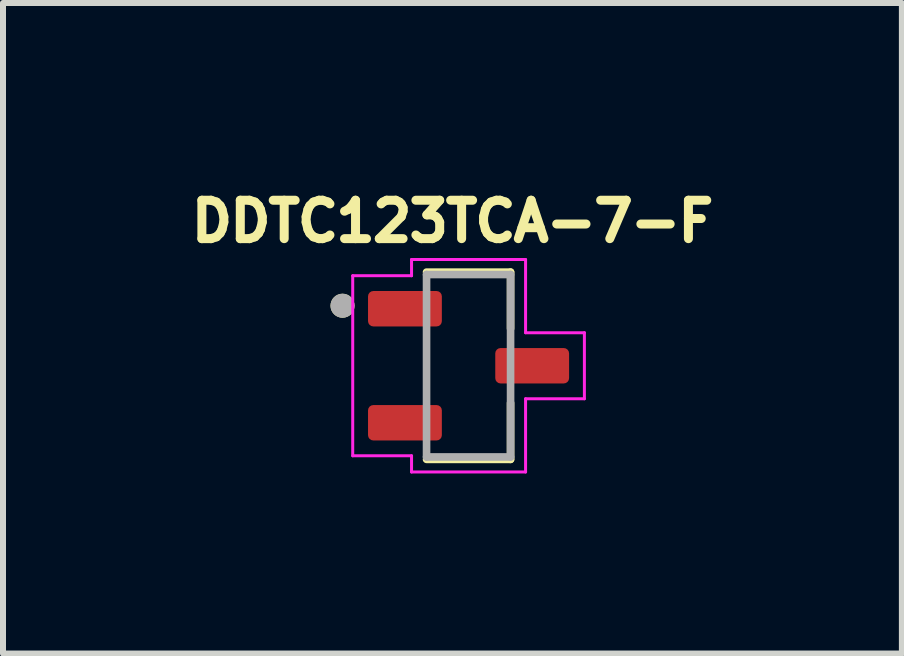
<source format=kicad_pcb>
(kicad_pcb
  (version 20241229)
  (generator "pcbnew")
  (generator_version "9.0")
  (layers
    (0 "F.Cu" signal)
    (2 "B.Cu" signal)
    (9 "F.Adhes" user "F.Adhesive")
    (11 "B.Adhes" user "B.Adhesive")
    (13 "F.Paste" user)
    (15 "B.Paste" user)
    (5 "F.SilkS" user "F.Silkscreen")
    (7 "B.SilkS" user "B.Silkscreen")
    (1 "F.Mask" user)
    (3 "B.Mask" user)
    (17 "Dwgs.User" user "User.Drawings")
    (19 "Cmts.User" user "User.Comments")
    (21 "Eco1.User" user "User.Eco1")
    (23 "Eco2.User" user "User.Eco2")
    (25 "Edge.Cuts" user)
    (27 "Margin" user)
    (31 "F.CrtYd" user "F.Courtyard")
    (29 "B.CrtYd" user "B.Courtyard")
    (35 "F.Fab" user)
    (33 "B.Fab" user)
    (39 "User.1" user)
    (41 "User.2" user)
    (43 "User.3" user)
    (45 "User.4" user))
  (footprint "DDTC123TCA-7-F"
    (layer "F.Cu")
    (at 4.757 3.044)
    (property "Reference" "DDTC123TCA-7-F" (at -0.268 -2.406 0) (layer "F.SilkS") (effects (font (size 0.64 0.64) (thickness 0.15))))
    (attr through_hole)
    (fp_line (start -0.7 -1.56) (end 0.7 -1.56) (stroke (width 0.127) (type solid)) (layer "F.SilkS"))
    (fp_line (start -0.7 1.56) (end 0.7 1.56) (stroke (width 0.127) (type solid)) (layer "F.SilkS"))
    (fp_line (start 0.7 -1.56) (end 0.7 -0.62) (stroke (width 0.127) (type solid)) (layer "F.SilkS"))
    (fp_line (start 0.7 0.62) (end 0.7 1.56) (stroke (width 0.127) (type solid)) (layer "F.SilkS"))
    (fp_circle (center -2.1 -1) (end -2 -1) (stroke (width 0.2) (type solid)) (fill no) (layer "F.SilkS"))
    (fp_line (start -1.93 -1.5) (end -1.93 1.5) (stroke (width 0.05) (type solid)) (layer "F.CrtYd"))
    (fp_line (start -1.93 1.5) (end -0.95 1.5) (stroke (width 0.05) (type solid)) (layer "F.CrtYd"))
    (fp_line (start -0.95 -1.77) (end -0.95 -1.5) (stroke (width 0.05) (type solid)) (layer "F.CrtYd"))
    (fp_line (start -0.95 -1.77) (end 0.95 -1.77) (stroke (width 0.05) (type solid)) (layer "F.CrtYd"))
    (fp_line (start -0.95 -1.5) (end -1.93 -1.5) (stroke (width 0.05) (type solid)) (layer "F.CrtYd"))
    (fp_line (start -0.95 1.5) (end -0.95 1.77) (stroke (width 0.05) (type solid)) (layer "F.CrtYd"))
    (fp_line (start -0.95 1.77) (end 0.95 1.77) (stroke (width 0.05) (type solid)) (layer "F.CrtYd"))
    (fp_line (start 0.95 -1.77) (end 0.95 -0.55) (stroke (width 0.05) (type solid)) (layer "F.CrtYd"))
    (fp_line (start 0.95 -0.55) (end 1.93 -0.55) (stroke (width 0.05) (type solid)) (layer "F.CrtYd"))
    (fp_line (start 0.95 0.55) (end 0.95 1.77) (stroke (width 0.05) (type solid)) (layer "F.CrtYd"))
    (fp_line (start 1.93 -0.55) (end 1.93 0.55) (stroke (width 0.05) (type solid)) (layer "F.CrtYd"))
    (fp_line (start 1.93 0.55) (end 0.95 0.55) (stroke (width 0.05) (type solid)) (layer "F.CrtYd"))
    (fp_line (start -0.7 -1.52) (end 0.7 -1.52) (stroke (width 0.127) (type solid)) (layer "F.Fab"))
    (fp_line (start -0.7 1.52) (end -0.7 -1.52) (stroke (width 0.127) (type solid)) (layer "F.Fab"))
    (fp_line (start 0.7 -1.52) (end 0.7 1.52) (stroke (width 0.127) (type solid)) (layer "F.Fab"))
    (fp_line (start 0.7 1.52) (end -0.7 1.52) (stroke (width 0.127) (type solid)) (layer "F.Fab"))
    (fp_circle (center -2.1 -1) (end -2 -1) (stroke (width 0.2) (type solid)) (fill no) (layer "F.Fab"))
    (pad "1" smd roundrect (at -1.06 -0.95) (size 1.23 0.59) (layers "F.Cu" "F.Mask" "F.Paste") (roundrect_rratio 0.15))
    (pad "2" smd roundrect (at -1.06 0.95) (size 1.23 0.59) (layers "F.Cu" "F.Mask" "F.Paste") (roundrect_rratio 0.15))
    (pad "3" smd roundrect (at 1.06 0) (size 1.23 0.59) (layers "F.Cu" "F.Mask" "F.Paste") (roundrect_rratio 0.15)))
  (gr_rect
    (start -3 -3)
    (end 11.977 7.839)
    (stroke (width 0.1) (type default))
    (fill no)
    (layer "Edge.Cuts")))
</source>
